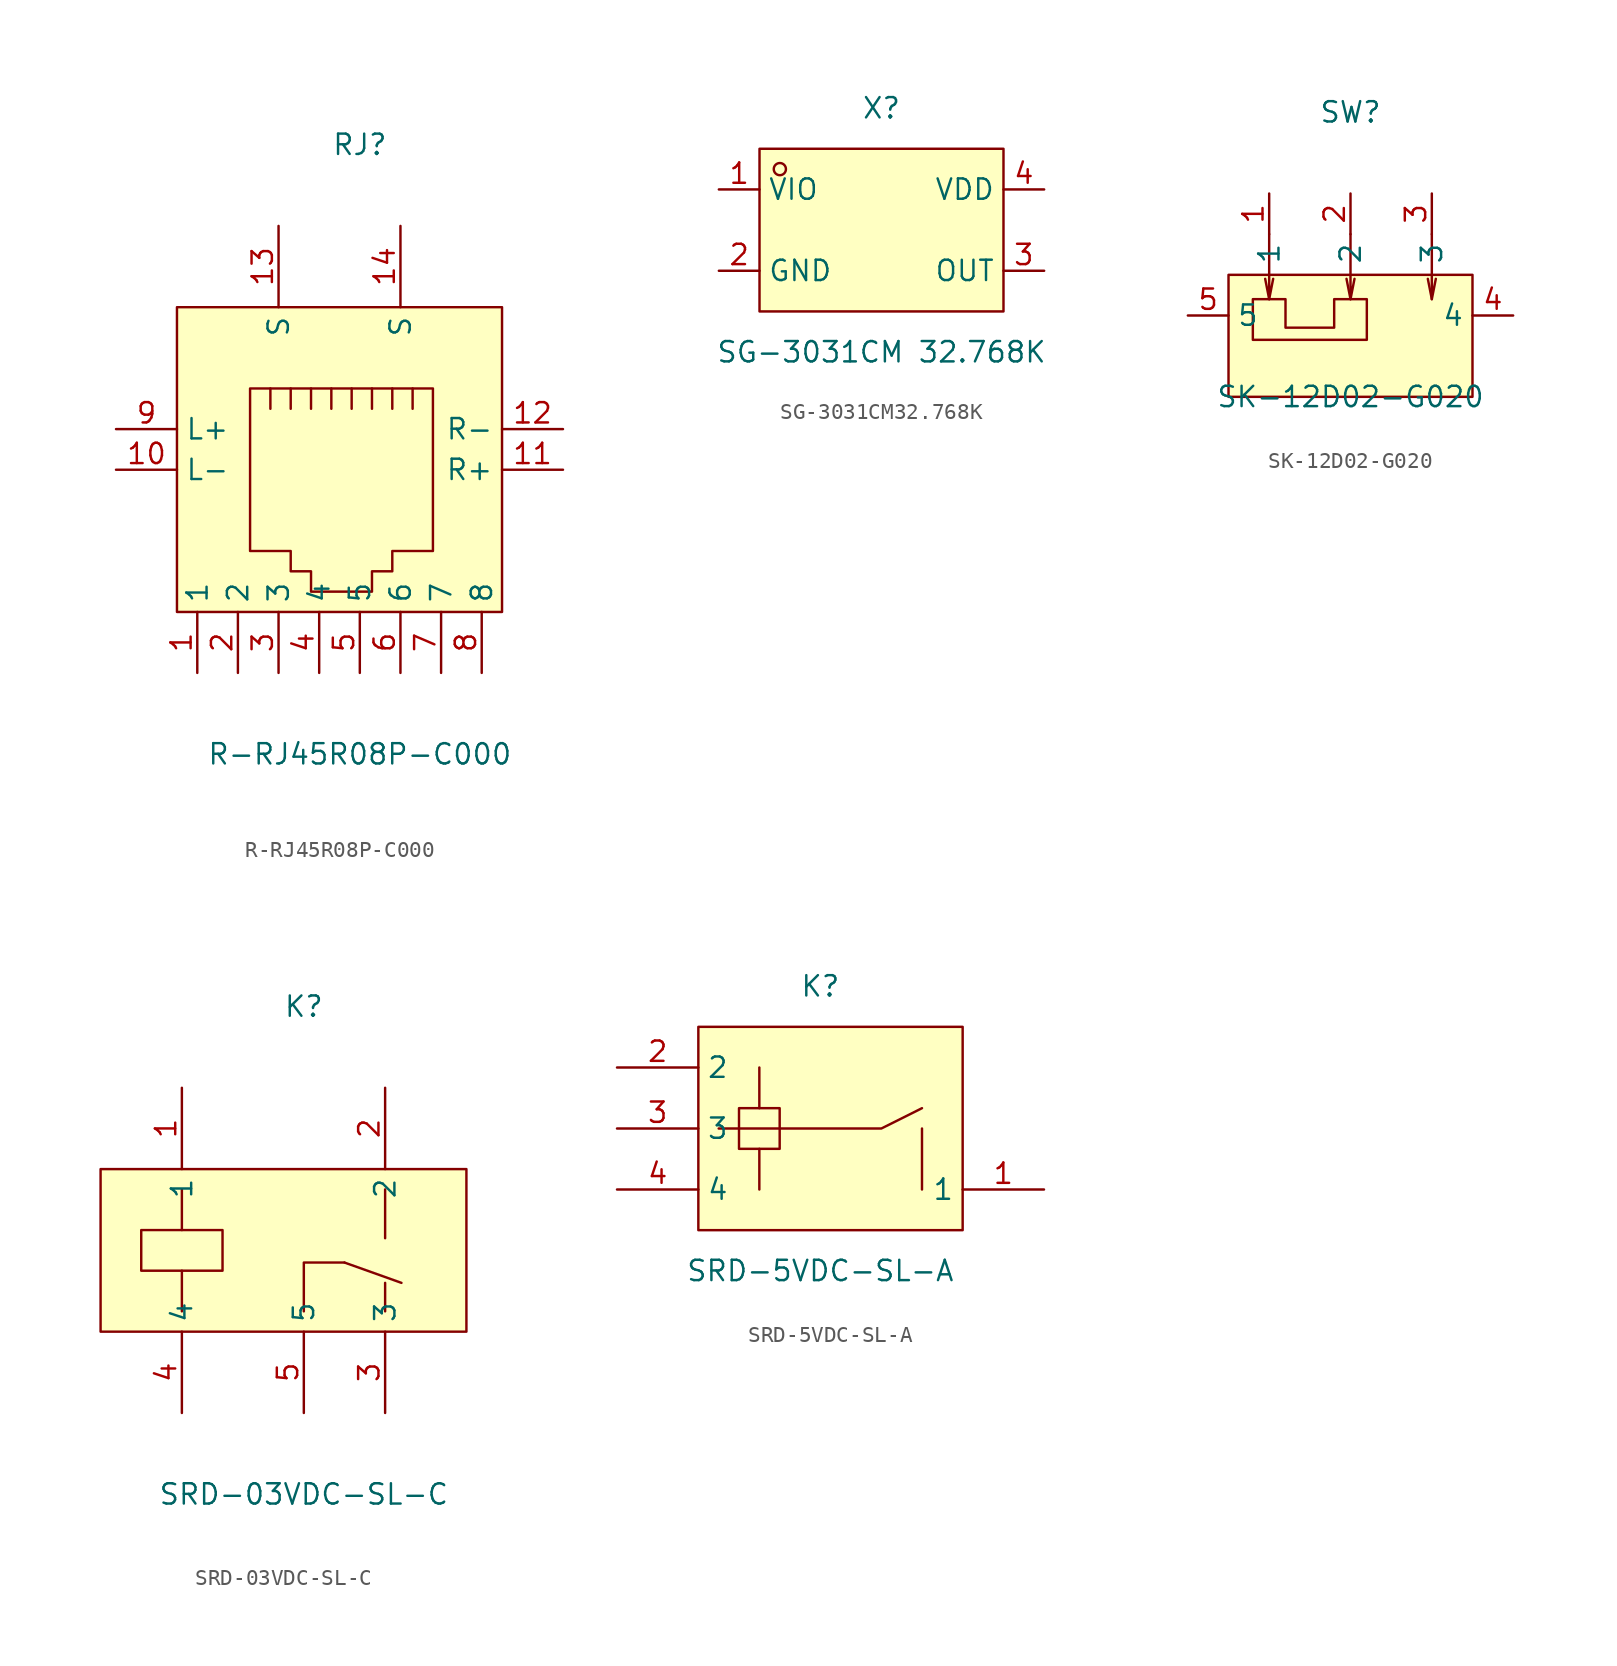
<source format=kicad_sym>
(kicad_symbol_lib
  (version 20231120)
  (generator "kicad_symbol_editor")
  (generator_version "8.0")
  (symbol "R-RJ45R08P-C000"
    (property "Reference" "RJ"
      (at 0 20.32 0)
      (effects (font (size 1.27 1.27))))
    (property "Value" "R-RJ45R08P-C000"
      (at 0 -17.78 0)
      (effects (font (size 1.27 1.27))))
    (symbol "R-RJ45R08P-C000_0_1"
      (rectangle (start -11.43 10.16) (end 8.89 -8.89) (stroke (width 0) (type default)) (fill (type background)))
      (polyline (pts (xy -5.59 3.81) (xy -5.59 5.08) (xy -5.59 5.08)) (stroke (width 0) (type default)) (fill (type none)))
      (polyline (pts (xy -4.32 5.08) (xy -4.32 3.81) (xy -4.32 3.81)) (stroke (width 0) (type default)) (fill (type none)))
      (polyline (pts (xy -3.05 5.08) (xy -3.05 3.81) (xy -3.05 3.81)) (stroke (width 0) (type default)) (fill (type none)))
      (polyline (pts (xy -1.78 5.08) (xy -1.78 3.81) (xy -1.78 3.81)) (stroke (width 0) (type default)) (fill (type none)))
      (polyline (pts (xy -0.51 5.08) (xy -0.51 3.81) (xy -0.51 3.81)) (stroke (width 0) (type default)) (fill (type none)))
      (polyline (pts (xy 0.76 5.08) (xy 0.76 3.81) (xy 0.76 3.81)) (stroke (width 0) (type default)) (fill (type none)))
      (polyline (pts (xy 2.03 3.81) (xy 2.03 5.08) (xy 2.03 5.08)) (stroke (width 0) (type default)) (fill (type none)))
      (polyline (pts (xy 3.3 3.81) (xy 3.3 5.08) (xy 3.3 5.08)) (stroke (width 0) (type default)) (fill (type none)))
      (polyline (pts (xy -6.86 5.08) (xy 4.57 5.08) (xy 4.57 -5.08) (xy 2.03 -5.08) (xy 2.03 -6.35) (xy 0.76 -6.35) (xy 0.76 -7.62) (xy -3.05 -7.62) (xy -3.05 -6.35) (xy -4.32 -6.35) (xy -4.32 -5.08) (xy -6.86 -5.08) (xy -6.86 5.08) (xy -6.86 5.08)) (stroke (width 0) (type default)) (fill (type background)))
      (pin unspecified line (at -10.16 -12.7 90) (length 3.81) (name "1" (effects (font (size 1.27 1.27)))) (number "1" (effects (font (size 1.27 1.27)))))
      (pin unspecified line (at -15.24 0 0) (length 3.81) (name "L-" (effects (font (size 1.27 1.27)))) (number "10" (effects (font (size 1.27 1.27)))))
      (pin unspecified line (at 12.7 0 180) (length 3.81) (name "R+" (effects (font (size 1.27 1.27)))) (number "11" (effects (font (size 1.27 1.27)))))
      (pin unspecified line (at 12.7 2.54 180) (length 3.81) (name "R-" (effects (font (size 1.27 1.27)))) (number "12" (effects (font (size 1.27 1.27)))))
      (pin unspecified line (at -5.08 15.24 270) (length 5.08) (name "S" (effects (font (size 1.27 1.27)))) (number "13" (effects (font (size 1.27 1.27)))))
      (pin unspecified line (at 2.54 15.24 270) (length 5.08) (name "S" (effects (font (size 1.27 1.27)))) (number "14" (effects (font (size 1.27 1.27)))))
      (pin unspecified line (at -7.62 -12.7 90) (length 3.81) (name "2" (effects (font (size 1.27 1.27)))) (number "2" (effects (font (size 1.27 1.27)))))
      (pin unspecified line (at -5.08 -12.7 90) (length 3.81) (name "3" (effects (font (size 1.27 1.27)))) (number "3" (effects (font (size 1.27 1.27)))))
      (pin unspecified line (at -2.54 -12.7 90) (length 3.81) (name "4" (effects (font (size 1.27 1.27)))) (number "4" (effects (font (size 1.27 1.27)))))
      (pin unspecified line (at 0 -12.7 90) (length 3.81) (name "5" (effects (font (size 1.27 1.27)))) (number "5" (effects (font (size 1.27 1.27)))))
      (pin unspecified line (at 2.54 -12.7 90) (length 3.81) (name "6" (effects (font (size 1.27 1.27)))) (number "6" (effects (font (size 1.27 1.27)))))
      (pin unspecified line (at 5.08 -12.7 90) (length 3.81) (name "7" (effects (font (size 1.27 1.27)))) (number "7" (effects (font (size 1.27 1.27)))))
      (pin unspecified line (at 7.62 -12.7 90) (length 3.81) (name "8" (effects (font (size 1.27 1.27)))) (number "8" (effects (font (size 1.27 1.27)))))
      (pin unspecified line (at -15.24 2.54 0) (length 3.81) (name "L+" (effects (font (size 1.27 1.27)))) (number "9" (effects (font (size 1.27 1.27)))))))
  (symbol "SG-3031CM32.768K"
    (property "Reference" "X"
      (at 0 7.62 0)
      (effects (font (size 1.27 1.27))))
    (property "Value" "SG-3031CM 32.768K"
      (at 0 -7.62 0)
      (effects (font (size 1.27 1.27))))
    (symbol "SG-3031CM32.768K_0_1"
      (rectangle (start -7.62 5.08) (end 7.62 -5.08) (stroke (width 0) (type default)) (fill (type background)))
      (circle (center -6.35 3.81) (radius 0.38) (stroke (width 0) (type default)) (fill (type none)))
      (pin unspecified line (at -10.16 2.54 0) (length 2.54) (name "VIO" (effects (font (size 1.27 1.27)))) (number "1" (effects (font (size 1.27 1.27)))))
      (pin unspecified line (at -10.16 -2.54 0) (length 2.54) (name "GND" (effects (font (size 1.27 1.27)))) (number "2" (effects (font (size 1.27 1.27)))))
      (pin unspecified line (at 10.16 -2.54 180) (length 2.54) (name "OUT" (effects (font (size 1.27 1.27)))) (number "3" (effects (font (size 1.27 1.27)))))
      (pin unspecified line (at 10.16 2.54 180) (length 2.54) (name "VDD" (effects (font (size 1.27 1.27)))) (number "4" (effects (font (size 1.27 1.27)))))))
  (symbol "SK-12D02-G020"
    (property "Reference" "SW"
      (at 0 10.16 0)
      (effects (font (size 1.27 1.27))))
    (property "Value" "SK-12D02-G020"
      (at 0 -7.62 0)
      (effects (font (size 1.27 1.27))))
    (symbol "SK-12D02-G020_0_1"
      (rectangle (start -7.62 0) (end 7.62 -7.62) (stroke (width 0) (type default)) (fill (type background)))
      (polyline (pts (xy -5.08 -1.52) (xy -5.33 -0.25)) (stroke (width 0) (type default)) (fill (type none)))
      (polyline (pts (xy 0 -1.52) (xy -0.25 -0.25)) (stroke (width 0) (type default)) (fill (type none)))
      (polyline (pts (xy 5.08 -1.52) (xy 4.83 -0.25)) (stroke (width 0) (type default)) (fill (type none)))
      (polyline (pts (xy -5.08 2.54) (xy -5.08 -1.52) (xy -4.83 -0.25)) (stroke (width 0) (type default)) (fill (type none)))
      (polyline (pts (xy 0 2.54) (xy 0 -1.52) (xy 0.25 -0.25)) (stroke (width 0) (type default)) (fill (type none)))
      (polyline (pts (xy 5.08 2.54) (xy 5.08 -1.52) (xy 5.33 -0.25)) (stroke (width 0) (type default)) (fill (type none)))
      (polyline (pts (xy -6.1 -4.06) (xy -6.1 -1.52) (xy -4.06 -1.52) (xy -4.06 -3.3) (xy -1.02 -3.3) (xy -1.02 -1.52) (xy 1.02 -1.52) (xy 1.02 -4.06) (xy -6.1 -4.06)) (stroke (width 0) (type default)) (fill (type background)))
      (pin unspecified line (at -5.08 5.08 270) (length 2.54) (name "1" (effects (font (size 1.27 1.27)))) (number "1" (effects (font (size 1.27 1.27)))))
      (pin unspecified line (at 0 5.08 270) (length 2.54) (name "2" (effects (font (size 1.27 1.27)))) (number "2" (effects (font (size 1.27 1.27)))))
      (pin unspecified line (at 5.08 5.08 270) (length 2.54) (name "3" (effects (font (size 1.27 1.27)))) (number "3" (effects (font (size 1.27 1.27)))))
      (pin unspecified line (at 10.16 -2.54 180) (length 2.54) (name "4" (effects (font (size 1.27 1.27)))) (number "4" (effects (font (size 1.27 1.27)))))
      (pin unspecified line (at -10.16 -2.54 0) (length 2.54) (name "5" (effects (font (size 1.27 1.27)))) (number "5" (effects (font (size 1.27 1.27)))))))
  (symbol "SRD-03VDC-SL-C"
    (property "Reference" "K"
      (at 0 15.24 0)
      (effects (font (size 1.27 1.27))))
    (property "Value" "SRD-03VDC-SL-C"
      (at 0 -15.24 0)
      (effects (font (size 1.27 1.27))))
    (symbol "SRD-03VDC-SL-C_0_1"
      (rectangle (start -12.70 5.08) (end 10.16 -5.08) (stroke (width 0) (type default) (color 0 0 0 0)) (fill (type background)))
      (arc (start -7.37 3.81) (mid -7.37 3.82) (end -7.37 3.81) (stroke (width 0) (type default) (color 0 0 0 0)) (fill (type none)))
      (arc (start -7.37 -3.81) (mid -7.37 -3.80) (end -7.37 -3.81) (stroke (width 0) (type default) (color 0 0 0 0)) (fill (type none)))
      (arc (start 5.33 -3.81) (mid 5.33 -3.80) (end 5.33 -3.81) (stroke (width 0) (type default) (color 0 0 0 0)) (fill (type none)))
      (arc (start 0.25 3.81) (mid 0.25 3.82) (end 0.25 3.81) (stroke (width 0) (type default) (color 0 0 0 0)) (fill (type none)))
      (arc (start 5.33 3.81) (mid 5.33 3.82) (end 5.33 3.81) (stroke (width 0) (type default) (color 0 0 0 0)) (fill (type none)))
      (polyline (pts (xy -7.62 3.81) (xy -7.62 1.27)) (stroke (width 0) (type default) (color 0 0 0 0)) (fill (type none)))
      (polyline (pts (xy -7.62 -1.27) (xy -7.62 -3.81)) (stroke (width 0) (type default) (color 0 0 0 0)) (fill (type none)))
      (polyline (pts (xy -10.16 -1.27) (xy -10.16 1.27) (xy -5.08 1.27) (xy -5.08 -1.27) (xy -10.16 -1.27)) (stroke (width 0) (type default) (color 0 0 0 0)) (fill (type background)))
      (polyline (pts (xy 0.00 -3.81) (xy 0.00 -0.76) (xy 2.54 -0.76)) (stroke (width 0) (type default) (color 0 0 0 0)) (fill (type none)))
      (polyline (pts (xy 5.08 3.81) (xy 5.08 0.76)) (stroke (width 0) (type default) (color 0 0 0 0)) (fill (type none)))
      (polyline (pts (xy 5.08 -3.81) (xy 5.08 -2.03)) (stroke (width 0) (type default) (color 0 0 0 0)) (fill (type none)))
      (polyline (pts (xy 2.54 -0.76) (xy 6.10 -2.03)) (stroke (width 0) (type default) (color 0 0 0 0)) (fill (type none)))
      (pin unspecified line (at 5.08 10.16 270) (length 5.08) (name "2" (effects (font (size 1.27 1.27)))) (number "2" (effects (font (size 1.27 1.27)))))
      (pin unspecified line (at -7.62 10.16 270) (length 5.08) (name "1" (effects (font (size 1.27 1.27)))) (number "1" (effects (font (size 1.27 1.27)))))
      (pin unspecified line (at -7.62 -10.16 90) (length 5.08) (name "4" (effects (font (size 1.27 1.27)))) (number "4" (effects (font (size 1.27 1.27)))))
      (pin unspecified line (at 0.00 -10.16 90) (length 5.08) (name "5" (effects (font (size 1.27 1.27)))) (number "5" (effects (font (size 1.27 1.27)))))
      (pin unspecified line (at 5.08 -10.16 90) (length 5.08) (name "3" (effects (font (size 1.27 1.27)))) (number "3" (effects (font (size 1.27 1.27)))))))
  (symbol "SRD-5VDC-SL-A"
    (property "Reference" "K"
      (at 0 8.89 0)
      (effects (font (size 1.27 1.27))))
    (property "Value" "SRD-5VDC-SL-A"
      (at 0 -8.89 0)
      (effects (font (size 1.27 1.27))))
    (symbol "SRD-5VDC-SL-A_0_1"
      (rectangle (start -5.08 1.27) (end -2.54 -1.27) (stroke (width 0) (type default) (color 0 0 0 0)) (fill (type background)))
      (rectangle (start -7.62 6.35) (end 8.89 -6.35) (stroke (width 0) (type default) (color 0 0 0 0)) (fill (type background)))
      (arc (start 6.60 3.81) (mid 6.60 3.82) (end 6.60 3.81) (stroke (width 0) (type default) (color 0 0 0 0)) (fill (type none)))
      (arc (start 4.06 -0.00) (mid 4.06 0.01) (end 4.06 0.00) (stroke (width 0) (type default) (color 0 0 0 0)) (fill (type none)))
      (arc (start -3.56 3.81) (mid -3.56 3.82) (end -3.56 3.81) (stroke (width 0) (type default) (color 0 0 0 0)) (fill (type none)))
      (arc (start -3.56 -3.81) (mid -3.56 -3.80) (end -3.56 -3.81) (stroke (width 0) (type default) (color 0 0 0 0)) (fill (type none)))
      (polyline (pts (xy -6.35 -0.00) (xy 3.81 -0.00) (xy 6.35 1.27)) (stroke (width 0) (type default) (color 0 0 0 0)) (fill (type none)))
      (polyline (pts (xy -3.81 3.81) (xy -3.81 1.27)) (stroke (width 0) (type default) (color 0 0 0 0)) (fill (type none)))
      (polyline (pts (xy -3.81 -1.27) (xy -3.81 -3.81)) (stroke (width 0) (type default) (color 0 0 0 0)) (fill (type none)))
      (polyline (pts (xy 6.35 -0.00) (xy 6.35 -3.81)) (stroke (width 0) (type default) (color 0 0 0 0)) (fill (type none)))
      (pin input line (at -12.70 3.81 0) (length 5.08) (name "2" (effects (font (size 1.27 1.27)))) (number "2" (effects (font (size 1.27 1.27)))))
      (pin input line (at 13.97 -3.81 180) (length 5.08) (name "1" (effects (font (size 1.27 1.27)))) (number "1" (effects (font (size 1.27 1.27)))))
      (pin input line (at -12.70 -3.81 0) (length 5.08) (name "4" (effects (font (size 1.27 1.27)))) (number "4" (effects (font (size 1.27 1.27)))))
      (pin input line (at -12.70 -0.00 0) (length 5.08) (name "3" (effects (font (size 1.27 1.27)))) (number "3" (effects (font (size 1.27 1.27))))))))
</source>
